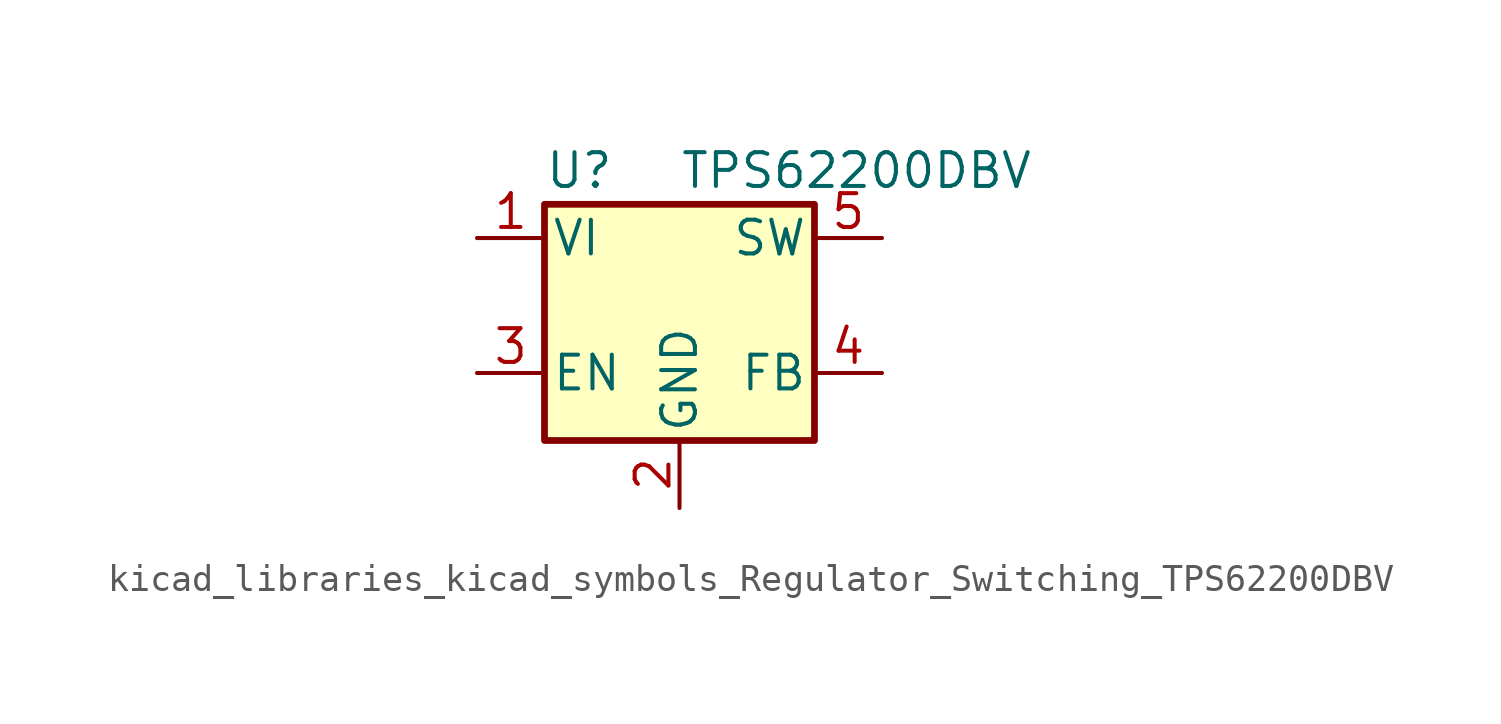
<source format=kicad_sym>
(kicad_symbol_lib
  (version 20220914)
  (generator kicad_symbol_editor)
  (symbol "kicad_libraries_kicad_symbols_Regulator_Switching_TPS62200DBV"
    (pin_names
      (offset 0.254))
    (property "Reference" "U"
      (at -5.08 7.62 0)
      (effects (font (size 1.27 1.27)) (justify left)))
    (property "Value" "TPS62200DBV"
      (at 0 7.62 0)
      (effects (font (size 1.27 1.27)) (justify left)))
    (symbol "kicad_libraries_kicad_symbols_Regulator_Switching_TPS62200DBV_0_1"
      (rectangle (start -5.08 6.35) (end 5.08 -2.54) (stroke (width 0.254) (type default)) (fill (type background))))
    (symbol "kicad_libraries_kicad_symbols_Regulator_Switching_TPS62200DBV_1_1"
      (pin power_in line (at -7.62 5.08 0) (length 2.54) (name "VI" (effects (font (size 1.27 1.27)))) (number "1" (effects (font (size 1.27 1.27)))))
      (pin power_in line (at 0 -5.08 90) (length 2.54) (name "GND" (effects (font (size 1.27 1.27)))) (number "2" (effects (font (size 1.27 1.27)))))
      (pin input line (at -7.62 0 0) (length 2.54) (name "EN" (effects (font (size 1.27 1.27)))) (number "3" (effects (font (size 1.27 1.27)))))
      (pin input line (at 7.62 0 180) (length 2.54) (name "FB" (effects (font (size 1.27 1.27)))) (number "4" (effects (font (size 1.27 1.27)))))
      (pin output line (at 7.62 5.08 180) (length 2.54) (name "SW" (effects (font (size 1.27 1.27)))) (number "5" (effects (font (size 1.27 1.27))))))))
</source>
